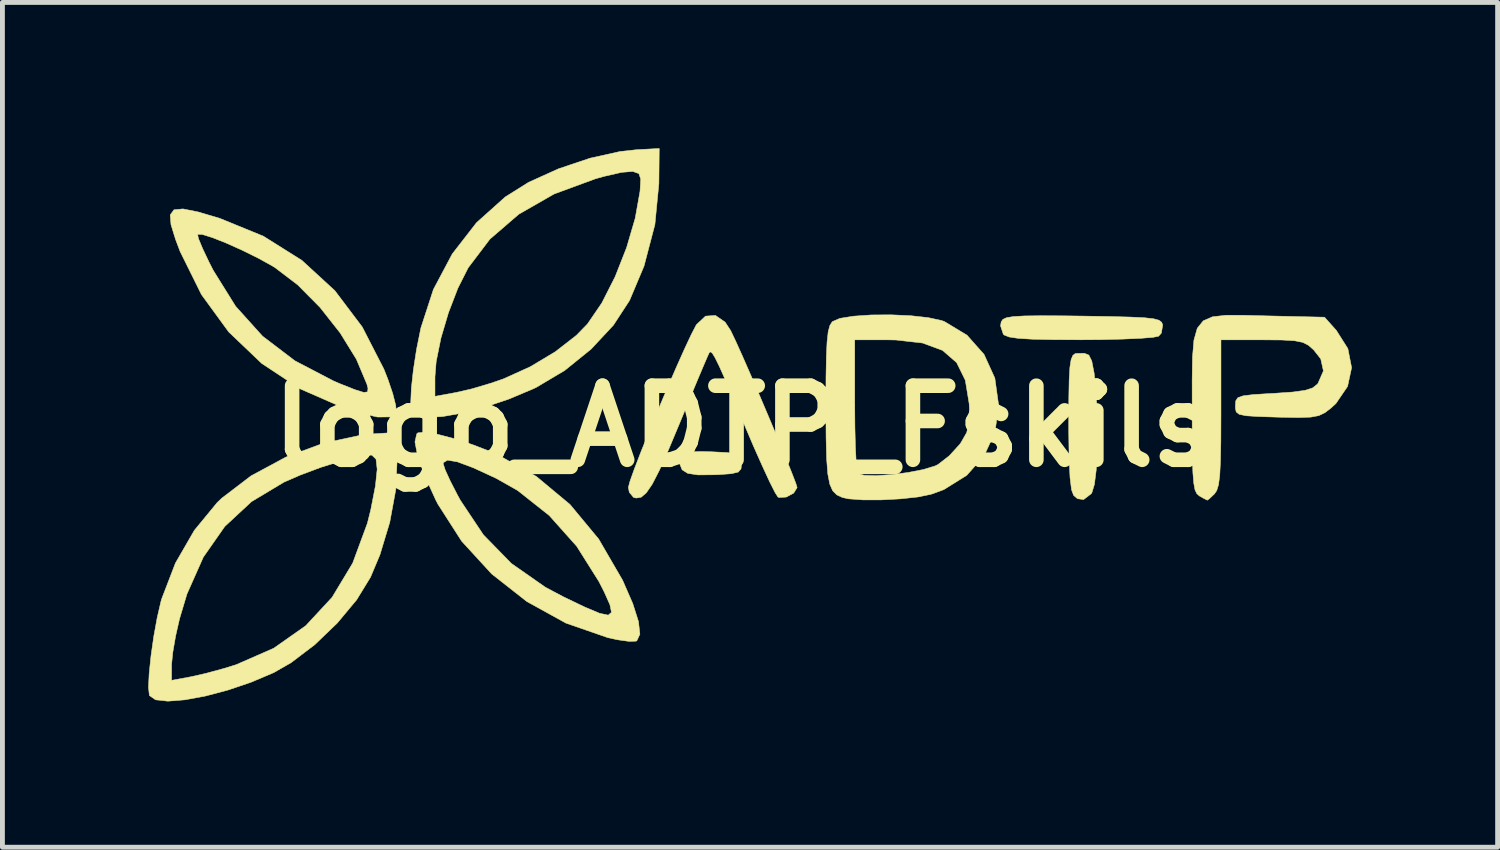
<source format=kicad_pcb>
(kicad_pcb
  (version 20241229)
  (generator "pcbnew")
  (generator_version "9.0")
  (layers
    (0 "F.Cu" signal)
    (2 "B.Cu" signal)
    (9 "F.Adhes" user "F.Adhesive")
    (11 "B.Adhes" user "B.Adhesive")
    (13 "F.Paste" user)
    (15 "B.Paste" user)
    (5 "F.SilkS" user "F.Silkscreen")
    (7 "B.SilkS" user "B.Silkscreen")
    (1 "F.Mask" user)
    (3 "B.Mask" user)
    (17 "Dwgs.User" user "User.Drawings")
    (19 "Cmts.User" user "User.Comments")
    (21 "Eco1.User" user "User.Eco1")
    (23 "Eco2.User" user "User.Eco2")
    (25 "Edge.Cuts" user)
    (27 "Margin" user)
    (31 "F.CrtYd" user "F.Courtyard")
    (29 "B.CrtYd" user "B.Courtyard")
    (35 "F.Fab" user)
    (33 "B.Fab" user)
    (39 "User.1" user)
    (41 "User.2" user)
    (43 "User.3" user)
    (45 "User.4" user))
  (footprint "logo_ADTP_Fskils"
    (layer "F.Cu")
    (at 12.249 5.72)
    (property "Reference" "logo_ADTP_Fskils" (at 0 0 0) (layer "F.SilkS") (effects (font (size 1.524 1.524) (thickness 0.3))))
    (attr through_hole)
    (fp_poly (pts (xy -0.657 0.525) (xy -0.341 0.541) (xy -0.157 0.567) (xy -0.07 0.615) (xy -0.044 0.701) (xy -0.042 0.762) (xy -0.053 0.876) (xy -0.11 0.942) (xy -0.252 0.976) (xy -0.516 0.995) (xy -0.601 0.998) (xy -0.939 1.001) (xy -1.148 0.969) (xy -1.263 0.897) (xy -1.266 0.894) (xy -1.333 0.725) (xy -1.323 0.632) (xy -1.262 0.563) (xy -1.125 0.527) (xy -0.876 0.519) (xy -0.657 0.525)) (stroke (width 0.01) (type solid)) (fill yes) (layer "F.SilkS"))
    (fp_poly (pts (xy 7.102 -1.465) (xy 7.163 -1.344) (xy 7.212 -1.091) (xy 7.248 -0.741) (xy 7.271 -0.33) (xy 7.28 0.105) (xy 7.274 0.529) (xy 7.254 0.905) (xy 7.217 1.198) (xy 7.164 1.37) (xy 7.15 1.389) (xy 6.995 1.508) (xy 6.869 1.49) (xy 6.79 1.422) (xy 6.747 1.308) (xy 6.716 1.058) (xy 6.697 0.662) (xy 6.689 0.109) (xy 6.689 -0.062) (xy 6.691 -0.583) (xy 6.698 -0.959) (xy 6.713 -1.214) (xy 6.738 -1.372) (xy 6.775 -1.459) (xy 6.827 -1.498) (xy 7.012 -1.501) (xy 7.102 -1.465)) (stroke (width 0.01) (type solid)) (fill yes) (layer "F.SilkS"))
    (fp_poly (pts (xy 6.579 -2.272) (xy 6.972 -2.267) (xy 7.535 -2.258) (xy 7.951 -2.247) (xy 8.243 -2.233) (xy 8.433 -2.212) (xy 8.545 -2.182) (xy 8.6 -2.141) (xy 8.622 -2.086) (xy 8.622 -2.084) (xy 8.595 -1.917) (xy 8.538 -1.853) (xy 8.42 -1.829) (xy 8.162 -1.809) (xy 7.794 -1.793) (xy 7.346 -1.782) (xy 6.932 -1.779) (xy 6.363 -1.782) (xy 5.942 -1.791) (xy 5.649 -1.809) (xy 5.463 -1.837) (xy 5.362 -1.877) (xy 5.343 -1.894) (xy 5.286 -2.066) (xy 5.3 -2.15) (xy 5.335 -2.199) (xy 5.41 -2.234) (xy 5.55 -2.257) (xy 5.776 -2.27) (xy 6.112 -2.274) (xy 6.579 -2.272)) (stroke (width 0.01) (type solid)) (fill yes) (layer "F.SilkS"))
    (fp_poly (pts (xy -11.224 -4.41) (xy -10.778 -4.278) (xy -9.879 -3.91) (xy -9.088 -3.413) (xy -8.409 -2.789) (xy -7.846 -2.043) (xy -7.401 -1.176) (xy -7.32 -0.971) (xy -7.219 -0.673) (xy -7.157 -0.429) (xy -7.146 -0.288) (xy -7.148 -0.283) (xy -7.271 -0.192) (xy -7.532 -0.19) (xy -7.928 -0.279) (xy -8.217 -0.372) (xy -9.122 -0.769) (xy -9.915 -1.293) (xy -10.594 -1.941) (xy -11.154 -2.709) (xy -11.593 -3.595) (xy -11.688 -3.847) (xy -11.72 -3.95) (xy -11.234 -3.95) (xy -11.216 -3.862) (xy -11.132 -3.659) (xy -10.999 -3.379) (xy -10.912 -3.208) (xy -10.451 -2.468) (xy -9.898 -1.854) (xy -9.232 -1.347) (xy -8.435 -0.931) (xy -8.311 -0.878) (xy -8 -0.754) (xy -7.817 -0.697) (xy -7.736 -0.707) (xy -7.728 -0.782) (xy -7.751 -0.868) (xy -7.967 -1.38) (xy -8.301 -1.921) (xy -8.715 -2.446) (xy -9.174 -2.909) (xy -9.643 -3.266) (xy -9.682 -3.29) (xy -9.977 -3.454) (xy -10.308 -3.618) (xy -10.635 -3.765) (xy -10.924 -3.88) (xy -11.136 -3.946) (xy -11.234 -3.95) (xy -11.72 -3.95) (xy -11.781 -4.149) (xy -11.797 -4.349) (xy -11.72 -4.454) (xy -11.535 -4.472) (xy -11.224 -4.41)) (stroke (width 0.01) (type solid)) (fill yes) (layer "F.SilkS"))
    (fp_poly (pts (xy -0.38 -2.142) (xy -0.266 -1.968) (xy -0.166 -1.758) (xy -0.025 -1.446) (xy 0.144 -1.06) (xy 0.33 -0.63) (xy 0.519 -0.185) (xy 0.701 0.247) (xy 0.862 0.636) (xy 0.99 0.955) (xy 1.074 1.173) (xy 1.101 1.261) (xy 1.03 1.375) (xy 0.877 1.457) (xy 0.727 1.465) (xy 0.706 1.455) (xy 0.646 1.361) (xy 0.533 1.137) (xy 0.381 0.808) (xy 0.2 0.401) (xy 0.016 -0.031) (xy -0.209 -0.564) (xy -0.378 -0.96) (xy -0.501 -1.236) (xy -0.587 -1.41) (xy -0.644 -1.503) (xy -0.681 -1.531) (xy -0.705 -1.517) (xy -0.745 -1.431) (xy -0.838 -1.214) (xy -0.974 -0.891) (xy -1.141 -0.487) (xy -1.319 -0.056) (xy -1.55 0.496) (xy -1.733 0.906) (xy -1.88 1.192) (xy -2.002 1.37) (xy -2.108 1.46) (xy -2.21 1.477) (xy -2.265 1.463) (xy -2.352 1.358) (xy -2.371 1.257) (xy -2.338 1.132) (xy -2.249 0.882) (xy -2.116 0.536) (xy -1.95 0.125) (xy -1.765 -0.323) (xy -1.573 -0.778) (xy -1.386 -1.21) (xy -1.216 -1.59) (xy -1.076 -1.889) (xy -0.979 -2.076) (xy -0.967 -2.095) (xy -0.784 -2.266) (xy -0.579 -2.28) (xy -0.38 -2.142)) (stroke (width 0.01) (type solid)) (fill yes) (layer "F.SilkS"))
    (fp_poly (pts (xy -6.298 0.165) (xy -5.958 0.254) (xy -5.577 0.378) (xy -5.194 0.526) (xy -5.065 0.582) (xy -4.266 1.031) (xy -3.572 1.609) (xy -2.982 2.32) (xy -2.491 3.166) (xy -2.483 3.183) (xy -2.28 3.649) (xy -2.163 4.018) (xy -2.134 4.278) (xy -2.196 4.412) (xy -2.213 4.421) (xy -2.355 4.426) (xy -2.597 4.392) (xy -2.794 4.349) (xy -3.656 4.05) (xy -4.46 3.606) (xy -5.183 3.038) (xy -5.801 2.364) (xy -6.289 1.603) (xy -6.335 1.514) (xy -6.563 1.012) (xy -6.649 0.774) (xy -6.18 0.774) (xy -6.14 0.897) (xy -6.036 1.125) (xy -5.886 1.416) (xy -5.827 1.524) (xy -5.354 2.233) (xy -4.779 2.822) (xy -4.08 3.311) (xy -3.705 3.51) (xy -3.265 3.721) (xy -2.963 3.848) (xy -2.785 3.886) (xy -2.718 3.828) (xy -2.751 3.67) (xy -2.869 3.406) (xy -2.976 3.196) (xy -3.433 2.47) (xy -3.999 1.836) (xy -4.648 1.322) (xy -5.091 1.071) (xy -5.557 0.856) (xy -5.888 0.732) (xy -6.092 0.697) (xy -6.176 0.748) (xy -6.18 0.774) (xy -6.649 0.774) (xy -6.707 0.611) (xy -6.762 0.321) (xy -6.724 0.155) (xy -6.701 0.135) (xy -6.558 0.122) (xy -6.298 0.165)) (stroke (width 0.01) (type solid)) (fill yes) (layer "F.SilkS"))
    (fp_poly (pts (xy -1.743 -4.994) (xy -1.825 -4.15) (xy -2.049 -3.295) (xy -2.347 -2.587) (xy -2.679 -2.079) (xy -3.138 -1.587) (xy -3.681 -1.148) (xy -4.27 -0.798) (xy -4.335 -0.768) (xy -4.827 -0.561) (xy -5.318 -0.395) (xy -5.783 -0.272) (xy -6.194 -0.2) (xy -6.524 -0.182) (xy -6.747 -0.223) (xy -6.829 -0.3) (xy -6.849 -0.476) (xy -6.836 -0.777) (xy -6.81 -1.018) (xy -6.35 -1.018) (xy -6.35 -0.616) (xy -5.911 -0.696) (xy -5.586 -0.771) (xy -5.203 -0.885) (xy -4.934 -0.978) (xy -4.391 -1.224) (xy -3.876 -1.532) (xy -3.441 -1.87) (xy -3.212 -2.105) (xy -2.918 -2.535) (xy -2.643 -3.077) (xy -2.407 -3.677) (xy -2.23 -4.281) (xy -2.131 -4.836) (xy -2.117 -5.087) (xy -2.154 -5.198) (xy -2.279 -5.243) (xy -2.511 -5.224) (xy -2.873 -5.141) (xy -3.048 -5.092) (xy -3.899 -4.779) (xy -4.625 -4.363) (xy -5.22 -3.85) (xy -5.666 -3.262) (xy -5.879 -2.84) (xy -6.072 -2.338) (xy -6.227 -1.815) (xy -6.325 -1.33) (xy -6.35 -1.018) (xy -6.81 -1.018) (xy -6.794 -1.161) (xy -6.728 -1.588) (xy -6.641 -2.017) (xy -6.64 -2.023) (xy -6.382 -2.815) (xy -5.994 -3.546) (xy -5.495 -4.189) (xy -4.904 -4.718) (xy -4.424 -5.019) (xy -3.807 -5.298) (xy -3.158 -5.516) (xy -2.54 -5.653) (xy -2.201 -5.69) (xy -1.736 -5.715) (xy -1.743 -4.994)) (stroke (width 0.01) (type solid)) (fill yes) (layer "F.SilkS"))
    (fp_poly (pts (xy 10.303 -2.283) (xy 10.766 -2.271) (xy 11.952 -2.244) (xy 12.195 -1.972) (xy 12.432 -1.598) (xy 12.509 -1.205) (xy 12.426 -0.82) (xy 12.187 -0.469) (xy 12.086 -0.376) (xy 11.961 -0.28) (xy 11.834 -0.219) (xy 11.667 -0.188) (xy 11.417 -0.179) (xy 11.046 -0.186) (xy 10.976 -0.188) (xy 10.588 -0.2) (xy 10.34 -0.216) (xy 10.199 -0.245) (xy 10.135 -0.294) (xy 10.118 -0.373) (xy 10.118 -0.423) (xy 10.125 -0.522) (xy 10.167 -0.587) (xy 10.276 -0.626) (xy 10.485 -0.652) (xy 10.825 -0.673) (xy 10.908 -0.677) (xy 11.297 -0.704) (xy 11.552 -0.739) (xy 11.709 -0.79) (xy 11.803 -0.865) (xy 11.818 -0.884) (xy 11.929 -1.139) (xy 11.874 -1.386) (xy 11.73 -1.57) (xy 11.623 -1.665) (xy 11.504 -1.726) (xy 11.334 -1.76) (xy 11.075 -1.775) (xy 10.688 -1.778) (xy 10.672 -1.778) (xy 9.821 -1.778) (xy 9.821 -0.26) (xy 9.819 0.3) (xy 9.811 0.714) (xy 9.796 1.007) (xy 9.771 1.202) (xy 9.734 1.323) (xy 9.688 1.391) (xy 9.578 1.495) (xy 9.54 1.521) (xy 9.465 1.483) (xy 9.377 1.433) (xy 9.325 1.388) (xy 9.287 1.308) (xy 9.261 1.168) (xy 9.243 0.947) (xy 9.234 0.621) (xy 9.229 0.166) (xy 9.229 -0.301) (xy 9.228 -0.934) (xy 9.235 -1.419) (xy 9.265 -1.773) (xy 9.334 -2.017) (xy 9.457 -2.17) (xy 9.649 -2.253) (xy 9.926 -2.284) (xy 10.303 -2.283)) (stroke (width 0.01) (type solid)) (fill yes) (layer "F.SilkS"))
    (fp_poly (pts (xy -7.129 0.706) (xy -7.157 1.308) (xy -7.28 1.975) (xy -7.483 2.646) (xy -7.676 3.105) (xy -7.96 3.569) (xy -8.358 4.047) (xy -8.823 4.494) (xy -9.312 4.865) (xy -9.666 5.068) (xy -10.13 5.265) (xy -10.608 5.427) (xy -11.072 5.55) (xy -11.494 5.628) (xy -11.846 5.656) (xy -12.098 5.628) (xy -12.224 5.541) (xy -12.226 5.536) (xy -12.244 5.371) (xy -12.23 5.085) (xy -12.212 4.913) (xy -11.769 4.913) (xy -11.769 5.227) (xy -11.367 5.153) (xy -11.059 5.083) (xy -10.689 4.982) (xy -10.44 4.905) (xy -9.668 4.567) (xy -9.009 4.104) (xy -8.467 3.52) (xy -8.043 2.816) (xy -7.74 1.995) (xy -7.671 1.719) (xy -7.575 1.228) (xy -7.539 0.884) (xy -7.563 0.676) (xy -7.647 0.595) (xy -7.671 0.593) (xy -7.927 0.626) (xy -8.287 0.716) (xy -8.703 0.847) (xy -9.124 1.005) (xy -9.457 1.15) (xy -10.124 1.55) (xy -10.675 2.062) (xy -11.116 2.693) (xy -11.453 3.452) (xy -11.605 3.96) (xy -11.686 4.316) (xy -11.744 4.652) (xy -11.769 4.9) (xy -11.769 4.913) (xy -12.212 4.913) (xy -12.192 4.72) (xy -12.135 4.322) (xy -12.064 3.933) (xy -11.986 3.598) (xy -11.971 3.547) (xy -11.69 2.816) (xy -11.301 2.142) (xy -10.835 1.575) (xy -10.739 1.482) (xy -10.134 1.02) (xy -9.419 0.635) (xy -8.645 0.348) (xy -7.863 0.181) (xy -7.578 0.153) (xy -7.154 0.127) (xy -7.129 0.706)) (stroke (width 0.01) (type solid)) (fill yes) (layer "F.SilkS"))
    (fp_poly (pts (xy 3.436 -2.275) (xy 3.798 -2.235) (xy 4.075 -2.175) (xy 4.13 -2.155) (xy 4.596 -1.874) (xy 4.947 -1.478) (xy 5.169 -0.99) (xy 5.247 -0.431) (xy 5.247 -0.429) (xy 5.171 0.123) (xy 4.947 0.61) (xy 4.59 1.01) (xy 4.118 1.304) (xy 3.858 1.399) (xy 3.584 1.455) (xy 3.223 1.494) (xy 2.828 1.515) (xy 2.455 1.515) (xy 2.159 1.493) (xy 2.032 1.465) (xy 1.918 1.412) (xy 1.833 1.328) (xy 1.773 1.191) (xy 1.732 0.979) (xy 1.708 0.67) (xy 1.697 0.239) (xy 1.693 -0.335) (xy 1.693 -0.433) (xy 1.695 -1.006) (xy 1.703 -1.433) (xy 1.717 -1.737) (xy 1.722 -1.778) (xy 2.286 -1.778) (xy 2.286 -0.437) (xy 2.29 0.024) (xy 2.3 0.425) (xy 2.316 0.736) (xy 2.336 0.926) (xy 2.349 0.969) (xy 2.48 1.009) (xy 2.728 1.016) (xy 3.045 0.995) (xy 3.384 0.951) (xy 3.697 0.89) (xy 3.937 0.817) (xy 4 0.787) (xy 4.234 0.605) (xy 4.449 0.369) (xy 4.473 0.334) (xy 4.589 0.131) (xy 4.641 -0.079) (xy 4.646 -0.366) (xy 4.64 -0.469) (xy 4.561 -0.948) (xy 4.383 -1.309) (xy 4.093 -1.561) (xy 3.68 -1.713) (xy 3.133 -1.775) (xy 2.972 -1.778) (xy 2.286 -1.778) (xy 1.722 -1.778) (xy 1.74 -1.942) (xy 1.774 -2.071) (xy 1.821 -2.147) (xy 1.826 -2.153) (xy 1.981 -2.22) (xy 2.261 -2.265) (xy 2.625 -2.29) (xy 3.031 -2.293) (xy 3.436 -2.275)) (stroke (width 0.01) (type solid)) (fill yes) (layer "F.SilkS")))
  (gr_rect
    (start -3 -3)
    (end 27.762 14.381)
    (stroke (width 0.1) (type default))
    (fill no)
    (layer "Edge.Cuts")))
</source>
